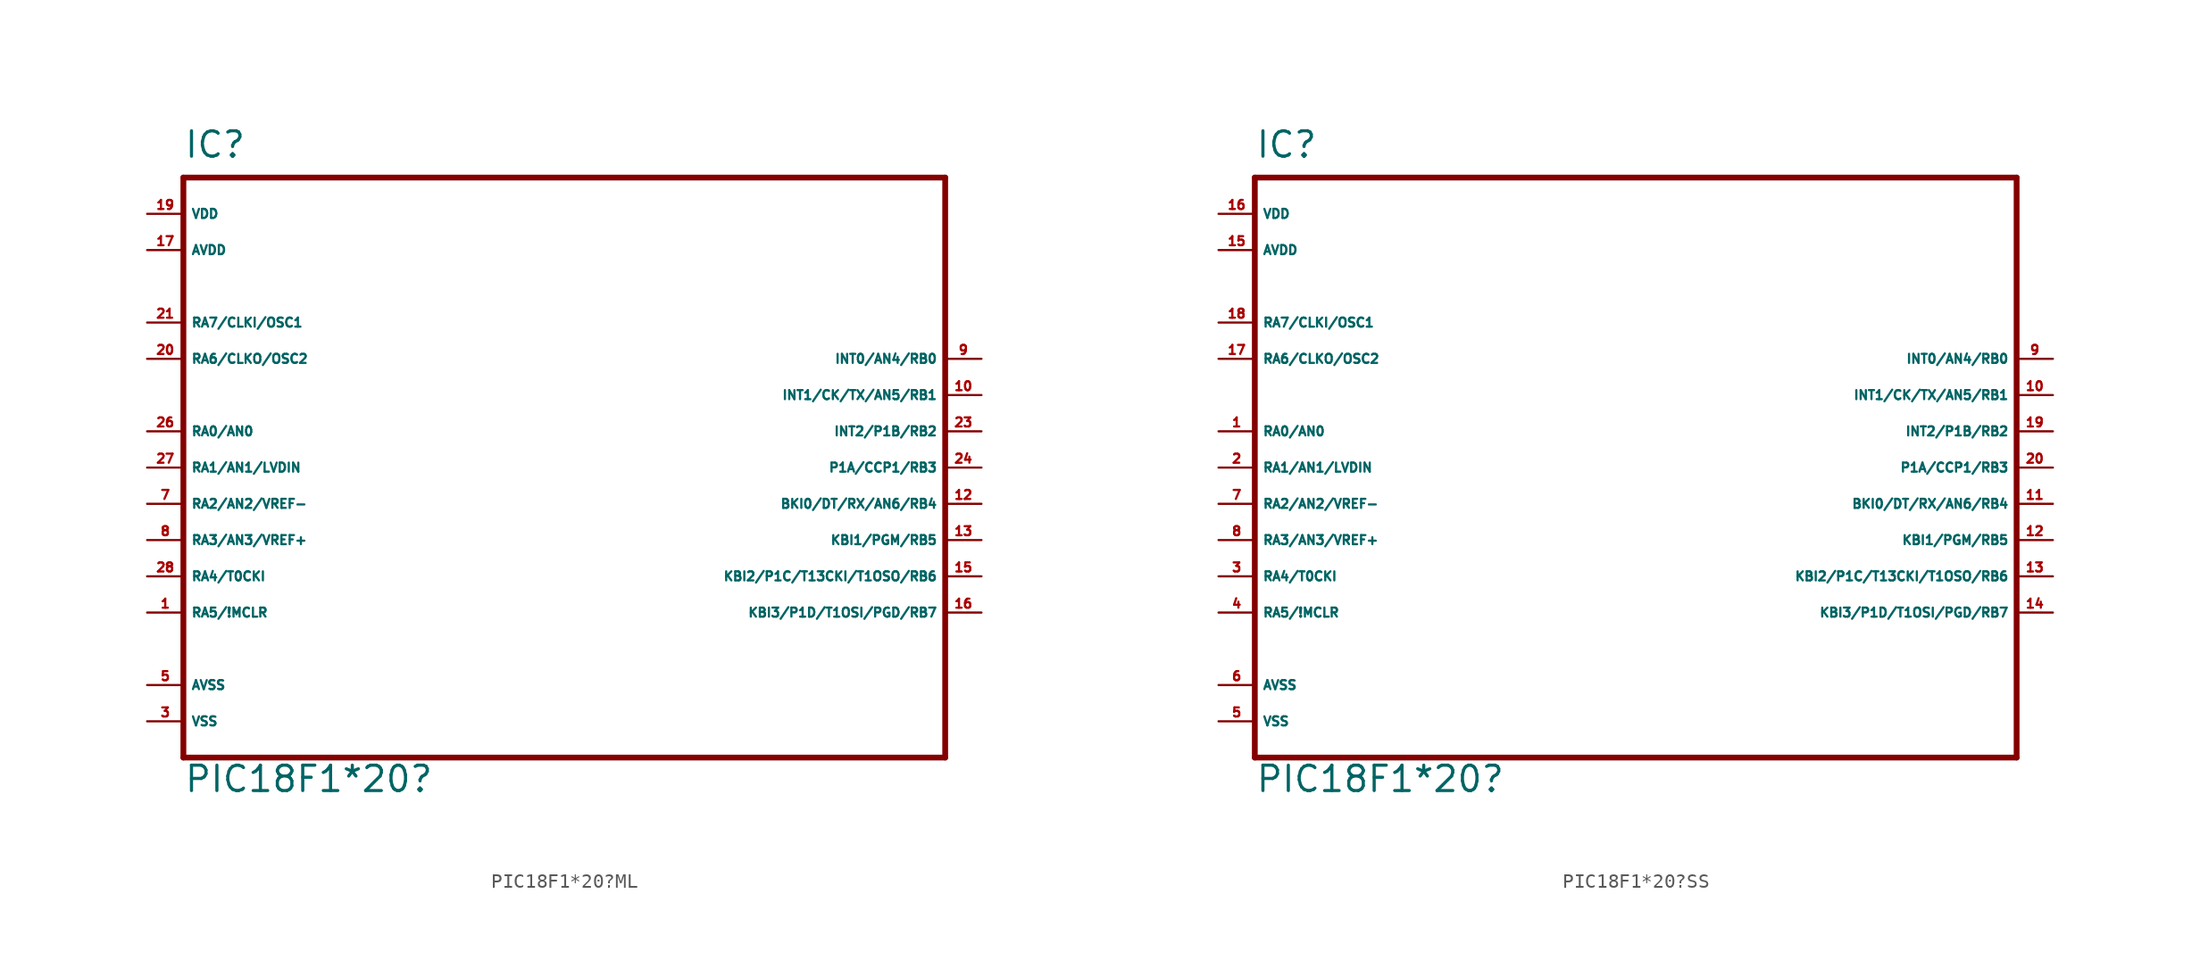
<source format=kicad_sym>
(kicad_symbol_lib
  (version 20220914)
  (generator Eagle2Kicad)
  (symbol "PIC18F1*20?ML"
    (property "Reference" "IC"
      (at -27.94 21.59 0)
      (effects (font (size 1.778 1.778) (thickness 0.22)) (justify left bottom)))
    (property "Value" "PIC18F1*20?"
      (at -27.94 -22.86 0)
      (effects (font (size 1.778 1.778) (thickness 0.22)) (justify left bottom)))
    (polyline
      (pts (xy 25.4 20.32) (xy -27.94 20.32))
      (stroke (width 0.406) (type default))
      (fill (type none)))
    (polyline
      (pts (xy -27.94 20.32) (xy -27.94 -20.32))
      (stroke (width 0.406) (type default))
      (fill (type none)))
    (polyline
      (pts (xy -27.94 -20.32) (xy 25.4 -20.32))
      (stroke (width 0.406) (type default))
      (fill (type none)))
    (polyline
      (pts (xy 25.4 -20.32) (xy 25.4 20.32))
      (stroke (width 0.406) (type default))
      (fill (type none)))
    (pin bidirectional line
      (at -30.48 -2.54 0)
      (length 2.54)
      (name "RA2/AN2/VREF-" (effects (font (size 0.635 0.635) (thickness 0.08)) (justify left bottom)))
      (number "7" (effects (font (size 0.635 0.635) (thickness 0.08)) (justify left bottom))))
    (pin bidirectional line
      (at -30.48 -5.08 0)
      (length 2.54)
      (name "RA3/AN3/VREF+" (effects (font (size 0.635 0.635) (thickness 0.08)) (justify left bottom)))
      (number "8" (effects (font (size 0.635 0.635) (thickness 0.08)) (justify left bottom))))
    (pin bidirectional line
      (at -30.48 -7.62 0)
      (length 2.54)
      (name "RA4/T0CKI" (effects (font (size 0.635 0.635) (thickness 0.08)) (justify left bottom)))
      (number "28" (effects (font (size 0.635 0.635) (thickness 0.08)) (justify left bottom))))
    (pin input line
      (at -30.48 -10.16 0)
      (length 2.54)
      (name "RA5/!MCLR" (effects (font (size 0.635 0.635) (thickness 0.08)) (justify left bottom)))
      (number "1" (effects (font (size 0.635 0.635) (thickness 0.08)) (justify left bottom))))
    (pin unspecified line
      (at -30.48 -17.78 0)
      (length 2.54)
      (name "VSS" (effects (font (size 0.635 0.635) (thickness 0.08)) (justify left bottom)))
      (number "3" (effects (font (size 0.635 0.635) (thickness 0.08)) (justify left bottom))))
    (pin bidirectional line
      (at 27.94 7.62 180)
      (length 2.54)
      (name "INT0/AN4/RB0" (effects (font (size 0.635 0.635) (thickness 0.08)) (justify left bottom)))
      (number "9" (effects (font (size 0.635 0.635) (thickness 0.08)) (justify left bottom))))
    (pin bidirectional line
      (at 27.94 5.08 180)
      (length 2.54)
      (name "INT1/CK/TX/AN5/RB1" (effects (font (size 0.635 0.635) (thickness 0.08)) (justify left bottom)))
      (number "10" (effects (font (size 0.635 0.635) (thickness 0.08)) (justify left bottom))))
    (pin bidirectional line
      (at 27.94 2.54 180)
      (length 2.54)
      (name "INT2/P1B/RB2" (effects (font (size 0.635 0.635) (thickness 0.08)) (justify left bottom)))
      (number "23" (effects (font (size 0.635 0.635) (thickness 0.08)) (justify left bottom))))
    (pin bidirectional line
      (at 27.94 0 180)
      (length 2.54)
      (name "P1A/CCP1/RB3" (effects (font (size 0.635 0.635) (thickness 0.08)) (justify left bottom)))
      (number "24" (effects (font (size 0.635 0.635) (thickness 0.08)) (justify left bottom))))
    (pin bidirectional line
      (at 27.94 -2.54 180)
      (length 2.54)
      (name "BKI0/DT/RX/AN6/RB4" (effects (font (size 0.635 0.635) (thickness 0.08)) (justify left bottom)))
      (number "12" (effects (font (size 0.635 0.635) (thickness 0.08)) (justify left bottom))))
    (pin bidirectional line
      (at 27.94 -5.08 180)
      (length 2.54)
      (name "KBI1/PGM/RB5" (effects (font (size 0.635 0.635) (thickness 0.08)) (justify left bottom)))
      (number "13" (effects (font (size 0.635 0.635) (thickness 0.08)) (justify left bottom))))
    (pin bidirectional line
      (at 27.94 -7.62 180)
      (length 2.54)
      (name "KBI2/P1C/T13CKI/T1OSO/RB6" (effects (font (size 0.635 0.635) (thickness 0.08)) (justify left bottom)))
      (number "15" (effects (font (size 0.635 0.635) (thickness 0.08)) (justify left bottom))))
    (pin bidirectional line
      (at 27.94 -10.16 180)
      (length 2.54)
      (name "KBI3/P1D/T1OSI/PGD/RB7" (effects (font (size 0.635 0.635) (thickness 0.08)) (justify left bottom)))
      (number "16" (effects (font (size 0.635 0.635) (thickness 0.08)) (justify left bottom))))
    (pin unspecified line
      (at -30.48 17.78 0)
      (length 2.54)
      (name "VDD" (effects (font (size 0.635 0.635) (thickness 0.08)) (justify left bottom)))
      (number "19" (effects (font (size 0.635 0.635) (thickness 0.08)) (justify left bottom))))
    (pin bidirectional line
      (at -30.48 7.62 0)
      (length 2.54)
      (name "RA6/CLKO/OSC2" (effects (font (size 0.635 0.635) (thickness 0.08)) (justify left bottom)))
      (number "20" (effects (font (size 0.635 0.635) (thickness 0.08)) (justify left bottom))))
    (pin bidirectional line
      (at -30.48 10.16 0)
      (length 2.54)
      (name "RA7/CLKI/OSC1" (effects (font (size 0.635 0.635) (thickness 0.08)) (justify left bottom)))
      (number "21" (effects (font (size 0.635 0.635) (thickness 0.08)) (justify left bottom))))
    (pin bidirectional line
      (at -30.48 2.54 0)
      (length 2.54)
      (name "RA0/AN0" (effects (font (size 0.635 0.635) (thickness 0.08)) (justify left bottom)))
      (number "26" (effects (font (size 0.635 0.635) (thickness 0.08)) (justify left bottom))))
    (pin bidirectional line
      (at -30.48 0 0)
      (length 2.54)
      (name "RA1/AN1/LVDIN" (effects (font (size 0.635 0.635) (thickness 0.08)) (justify left bottom)))
      (number "27" (effects (font (size 0.635 0.635) (thickness 0.08)) (justify left bottom))))
    (pin unspecified line
      (at -30.48 15.24 0)
      (length 2.54)
      (name "AVDD" (effects (font (size 0.635 0.635) (thickness 0.08)) (justify left bottom)))
      (number "17" (effects (font (size 0.635 0.635) (thickness 0.08)) (justify left bottom))))
    (pin unspecified line
      (at -30.48 -15.24 0)
      (length 2.54)
      (name "AVSS" (effects (font (size 0.635 0.635) (thickness 0.08)) (justify left bottom)))
      (number "5" (effects (font (size 0.635 0.635) (thickness 0.08)) (justify left bottom)))))
  (symbol "PIC18F1*20?SS"
    (property "Reference" "IC"
      (at -27.94 21.59 0)
      (effects (font (size 1.778 1.778) (thickness 0.22)) (justify left bottom)))
    (property "Value" "PIC18F1*20?"
      (at -27.94 -22.86 0)
      (effects (font (size 1.778 1.778) (thickness 0.22)) (justify left bottom)))
    (polyline
      (pts (xy 25.4 20.32) (xy -27.94 20.32))
      (stroke (width 0.406) (type default))
      (fill (type none)))
    (polyline
      (pts (xy -27.94 20.32) (xy -27.94 -20.32))
      (stroke (width 0.406) (type default))
      (fill (type none)))
    (polyline
      (pts (xy -27.94 -20.32) (xy 25.4 -20.32))
      (stroke (width 0.406) (type default))
      (fill (type none)))
    (polyline
      (pts (xy 25.4 -20.32) (xy 25.4 20.32))
      (stroke (width 0.406) (type default))
      (fill (type none)))
    (pin bidirectional line
      (at -30.48 -2.54 0)
      (length 2.54)
      (name "RA2/AN2/VREF-" (effects (font (size 0.635 0.635) (thickness 0.08)) (justify left bottom)))
      (number "7" (effects (font (size 0.635 0.635) (thickness 0.08)) (justify left bottom))))
    (pin bidirectional line
      (at -30.48 -5.08 0)
      (length 2.54)
      (name "RA3/AN3/VREF+" (effects (font (size 0.635 0.635) (thickness 0.08)) (justify left bottom)))
      (number "8" (effects (font (size 0.635 0.635) (thickness 0.08)) (justify left bottom))))
    (pin bidirectional line
      (at -30.48 -7.62 0)
      (length 2.54)
      (name "RA4/T0CKI" (effects (font (size 0.635 0.635) (thickness 0.08)) (justify left bottom)))
      (number "3" (effects (font (size 0.635 0.635) (thickness 0.08)) (justify left bottom))))
    (pin input line
      (at -30.48 -10.16 0)
      (length 2.54)
      (name "RA5/!MCLR" (effects (font (size 0.635 0.635) (thickness 0.08)) (justify left bottom)))
      (number "4" (effects (font (size 0.635 0.635) (thickness 0.08)) (justify left bottom))))
    (pin unspecified line
      (at -30.48 -17.78 0)
      (length 2.54)
      (name "VSS" (effects (font (size 0.635 0.635) (thickness 0.08)) (justify left bottom)))
      (number "5" (effects (font (size 0.635 0.635) (thickness 0.08)) (justify left bottom))))
    (pin bidirectional line
      (at 27.94 7.62 180)
      (length 2.54)
      (name "INT0/AN4/RB0" (effects (font (size 0.635 0.635) (thickness 0.08)) (justify left bottom)))
      (number "9" (effects (font (size 0.635 0.635) (thickness 0.08)) (justify left bottom))))
    (pin bidirectional line
      (at 27.94 5.08 180)
      (length 2.54)
      (name "INT1/CK/TX/AN5/RB1" (effects (font (size 0.635 0.635) (thickness 0.08)) (justify left bottom)))
      (number "10" (effects (font (size 0.635 0.635) (thickness 0.08)) (justify left bottom))))
    (pin bidirectional line
      (at 27.94 2.54 180)
      (length 2.54)
      (name "INT2/P1B/RB2" (effects (font (size 0.635 0.635) (thickness 0.08)) (justify left bottom)))
      (number "19" (effects (font (size 0.635 0.635) (thickness 0.08)) (justify left bottom))))
    (pin bidirectional line
      (at 27.94 0 180)
      (length 2.54)
      (name "P1A/CCP1/RB3" (effects (font (size 0.635 0.635) (thickness 0.08)) (justify left bottom)))
      (number "20" (effects (font (size 0.635 0.635) (thickness 0.08)) (justify left bottom))))
    (pin bidirectional line
      (at 27.94 -2.54 180)
      (length 2.54)
      (name "BKI0/DT/RX/AN6/RB4" (effects (font (size 0.635 0.635) (thickness 0.08)) (justify left bottom)))
      (number "11" (effects (font (size 0.635 0.635) (thickness 0.08)) (justify left bottom))))
    (pin bidirectional line
      (at 27.94 -5.08 180)
      (length 2.54)
      (name "KBI1/PGM/RB5" (effects (font (size 0.635 0.635) (thickness 0.08)) (justify left bottom)))
      (number "12" (effects (font (size 0.635 0.635) (thickness 0.08)) (justify left bottom))))
    (pin bidirectional line
      (at 27.94 -7.62 180)
      (length 2.54)
      (name "KBI2/P1C/T13CKI/T1OSO/RB6" (effects (font (size 0.635 0.635) (thickness 0.08)) (justify left bottom)))
      (number "13" (effects (font (size 0.635 0.635) (thickness 0.08)) (justify left bottom))))
    (pin bidirectional line
      (at 27.94 -10.16 180)
      (length 2.54)
      (name "KBI3/P1D/T1OSI/PGD/RB7" (effects (font (size 0.635 0.635) (thickness 0.08)) (justify left bottom)))
      (number "14" (effects (font (size 0.635 0.635) (thickness 0.08)) (justify left bottom))))
    (pin unspecified line
      (at -30.48 17.78 0)
      (length 2.54)
      (name "VDD" (effects (font (size 0.635 0.635) (thickness 0.08)) (justify left bottom)))
      (number "16" (effects (font (size 0.635 0.635) (thickness 0.08)) (justify left bottom))))
    (pin bidirectional line
      (at -30.48 7.62 0)
      (length 2.54)
      (name "RA6/CLKO/OSC2" (effects (font (size 0.635 0.635) (thickness 0.08)) (justify left bottom)))
      (number "17" (effects (font (size 0.635 0.635) (thickness 0.08)) (justify left bottom))))
    (pin bidirectional line
      (at -30.48 10.16 0)
      (length 2.54)
      (name "RA7/CLKI/OSC1" (effects (font (size 0.635 0.635) (thickness 0.08)) (justify left bottom)))
      (number "18" (effects (font (size 0.635 0.635) (thickness 0.08)) (justify left bottom))))
    (pin bidirectional line
      (at -30.48 2.54 0)
      (length 2.54)
      (name "RA0/AN0" (effects (font (size 0.635 0.635) (thickness 0.08)) (justify left bottom)))
      (number "1" (effects (font (size 0.635 0.635) (thickness 0.08)) (justify left bottom))))
    (pin bidirectional line
      (at -30.48 0 0)
      (length 2.54)
      (name "RA1/AN1/LVDIN" (effects (font (size 0.635 0.635) (thickness 0.08)) (justify left bottom)))
      (number "2" (effects (font (size 0.635 0.635) (thickness 0.08)) (justify left bottom))))
    (pin unspecified line
      (at -30.48 15.24 0)
      (length 2.54)
      (name "AVDD" (effects (font (size 0.635 0.635) (thickness 0.08)) (justify left bottom)))
      (number "15" (effects (font (size 0.635 0.635) (thickness 0.08)) (justify left bottom))))
    (pin unspecified line
      (at -30.48 -15.24 0)
      (length 2.54)
      (name "AVSS" (effects (font (size 0.635 0.635) (thickness 0.08)) (justify left bottom)))
      (number "6" (effects (font (size 0.635 0.635) (thickness 0.08)) (justify left bottom))))))
</source>
